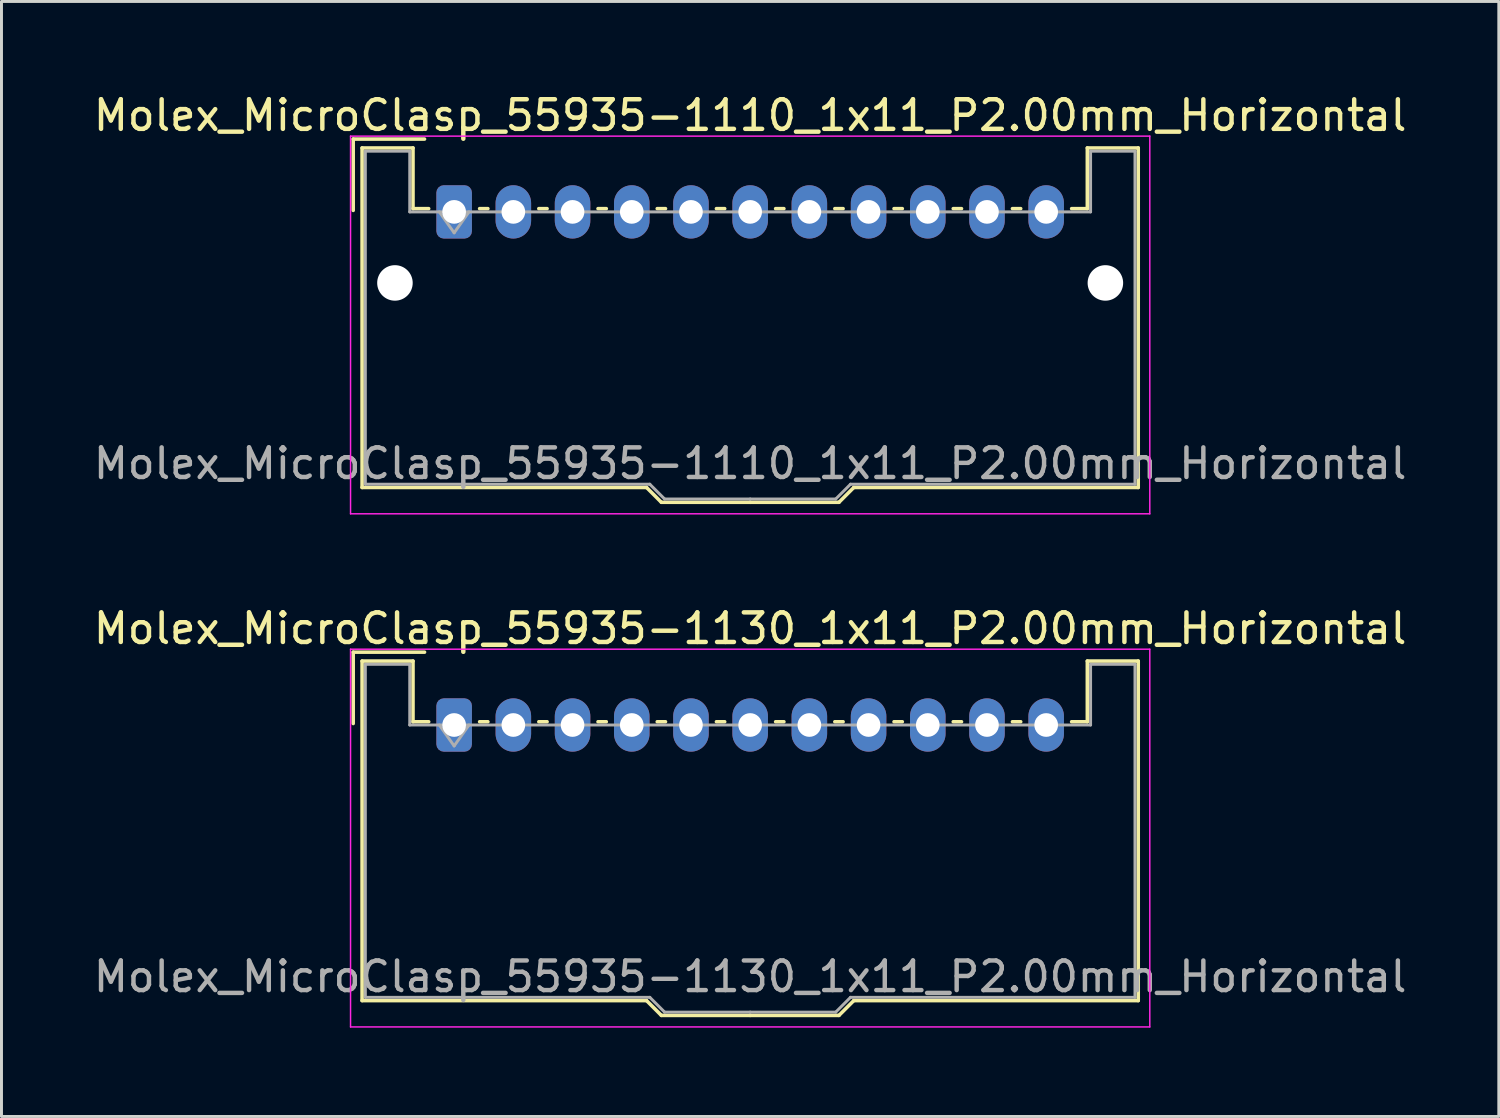
<source format=kicad_pcb>
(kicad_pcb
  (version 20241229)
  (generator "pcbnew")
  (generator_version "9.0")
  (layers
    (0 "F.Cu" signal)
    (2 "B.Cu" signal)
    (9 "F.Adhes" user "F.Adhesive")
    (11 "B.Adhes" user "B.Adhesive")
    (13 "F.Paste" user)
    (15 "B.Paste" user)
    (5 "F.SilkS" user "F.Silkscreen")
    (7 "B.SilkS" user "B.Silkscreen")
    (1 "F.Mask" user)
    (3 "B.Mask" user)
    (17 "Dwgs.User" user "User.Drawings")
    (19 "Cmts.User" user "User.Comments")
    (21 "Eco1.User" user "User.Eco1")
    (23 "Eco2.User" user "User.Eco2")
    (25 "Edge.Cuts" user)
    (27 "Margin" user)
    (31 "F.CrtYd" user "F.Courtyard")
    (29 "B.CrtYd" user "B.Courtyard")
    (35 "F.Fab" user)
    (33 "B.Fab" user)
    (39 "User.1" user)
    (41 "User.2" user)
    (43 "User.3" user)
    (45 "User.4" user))
  (footprint "Molex_MicroClasp_55935-1130_1x11_P2.00mm_Horizontal"
    (layer "F.Cu")
    (at 12.292 21.442)
    (property "Reference" "Molex_MicroClasp_55935-1130_1x11_P2.00mm_Horizontal" (at 10 -3.26 0) (layer "F.SilkS") (effects (font (size 1 1) (thickness 0.15))))
    (attr through_hole)
    (fp_line (start -3.41 -2.46) (end -1 -2.46) (stroke (width 0.12) (type solid)) (layer "F.SilkS"))
    (fp_line (start -3.41 -0.05) (end -3.41 -2.46) (stroke (width 0.12) (type solid)) (layer "F.SilkS"))
    (fp_line (start -3.11 -2.16) (end -1.39 -2.16) (stroke (width 0.12) (type solid)) (layer "F.SilkS"))
    (fp_line (start -3.11 9.31) (end -3.11 -2.16) (stroke (width 0.12) (type solid)) (layer "F.SilkS"))
    (fp_line (start -1.39 -2.16) (end -1.39 -0.11) (stroke (width 0.12) (type solid)) (layer "F.SilkS"))
    (fp_line (start -1.39 -0.11) (end -0.86 -0.11) (stroke (width 0.12) (type solid)) (layer "F.SilkS"))
    (fp_line (start 0.86 -0.11) (end 1.14 -0.11) (stroke (width 0.12) (type solid)) (layer "F.SilkS"))
    (fp_line (start 2.86 -0.11) (end 3.14 -0.11) (stroke (width 0.12) (type solid)) (layer "F.SilkS"))
    (fp_line (start 4.86 -0.11) (end 5.14 -0.11) (stroke (width 0.12) (type solid)) (layer "F.SilkS"))
    (fp_line (start 6.5 9.31) (end -3.11 9.31) (stroke (width 0.12) (type solid)) (layer "F.SilkS"))
    (fp_line (start 6.86 -0.11) (end 7.14 -0.11) (stroke (width 0.12) (type solid)) (layer "F.SilkS"))
    (fp_line (start 7 9.81) (end 6.5 9.31) (stroke (width 0.12) (type solid)) (layer "F.SilkS"))
    (fp_line (start 8.86 -0.11) (end 9.14 -0.11) (stroke (width 0.12) (type solid)) (layer "F.SilkS"))
    (fp_line (start 10 9.81) (end 7 9.81) (stroke (width 0.12) (type solid)) (layer "F.SilkS"))
    (fp_line (start 10 9.81) (end 13 9.81) (stroke (width 0.12) (type solid)) (layer "F.SilkS"))
    (fp_line (start 10.86 -0.11) (end 11.14 -0.11) (stroke (width 0.12) (type solid)) (layer "F.SilkS"))
    (fp_line (start 12.86 -0.11) (end 13.14 -0.11) (stroke (width 0.12) (type solid)) (layer "F.SilkS"))
    (fp_line (start 13 9.81) (end 13.5 9.31) (stroke (width 0.12) (type solid)) (layer "F.SilkS"))
    (fp_line (start 13.5 9.31) (end 23.11 9.31) (stroke (width 0.12) (type solid)) (layer "F.SilkS"))
    (fp_line (start 14.86 -0.11) (end 15.14 -0.11) (stroke (width 0.12) (type solid)) (layer "F.SilkS"))
    (fp_line (start 16.86 -0.11) (end 17.14 -0.11) (stroke (width 0.12) (type solid)) (layer "F.SilkS"))
    (fp_line (start 18.86 -0.11) (end 19.14 -0.11) (stroke (width 0.12) (type solid)) (layer "F.SilkS"))
    (fp_line (start 21.39 -2.16) (end 21.39 -0.11) (stroke (width 0.12) (type solid)) (layer "F.SilkS"))
    (fp_line (start 21.39 -0.11) (end 20.86 -0.11) (stroke (width 0.12) (type solid)) (layer "F.SilkS"))
    (fp_line (start 23.11 -2.16) (end 21.39 -2.16) (stroke (width 0.12) (type solid)) (layer "F.SilkS"))
    (fp_line (start 23.11 9.31) (end 23.11 -2.16) (stroke (width 0.12) (type solid)) (layer "F.SilkS"))
    (fp_line (start -3.5 -2.56) (end -3.5 10.2) (stroke (width 0.05) (type solid)) (layer "F.CrtYd"))
    (fp_line (start -3.5 10.2) (end 23.5 10.2) (stroke (width 0.05) (type solid)) (layer "F.CrtYd"))
    (fp_line (start 23.5 -2.56) (end -3.5 -2.56) (stroke (width 0.05) (type solid)) (layer "F.CrtYd"))
    (fp_line (start 23.5 10.2) (end 23.5 -2.56) (stroke (width 0.05) (type solid)) (layer "F.CrtYd"))
    (fp_line (start -3 -2.05) (end -1.5 -2.05) (stroke (width 0.1) (type solid)) (layer "F.Fab"))
    (fp_line (start -3 9.2) (end -3 -2.05) (stroke (width 0.1) (type solid)) (layer "F.Fab"))
    (fp_line (start -1.5 -2.05) (end -1.5 0) (stroke (width 0.1) (type solid)) (layer "F.Fab"))
    (fp_line (start -1.5 0) (end 10 0) (stroke (width 0.1) (type solid)) (layer "F.Fab"))
    (fp_line (start -0.5 0) (end 0 0.707) (stroke (width 0.1) (type solid)) (layer "F.Fab"))
    (fp_line (start 0 0.707) (end 0.5 0) (stroke (width 0.1) (type solid)) (layer "F.Fab"))
    (fp_line (start 6.61 9.2) (end -3 9.2) (stroke (width 0.1) (type solid)) (layer "F.Fab"))
    (fp_line (start 7.11 9.7) (end 6.61 9.2) (stroke (width 0.1) (type solid)) (layer "F.Fab"))
    (fp_line (start 10 9.7) (end 7.11 9.7) (stroke (width 0.1) (type solid)) (layer "F.Fab"))
    (fp_line (start 10 9.7) (end 12.89 9.7) (stroke (width 0.1) (type solid)) (layer "F.Fab"))
    (fp_line (start 12.89 9.7) (end 13.39 9.2) (stroke (width 0.1) (type solid)) (layer "F.Fab"))
    (fp_line (start 13.39 9.2) (end 23 9.2) (stroke (width 0.1) (type solid)) (layer "F.Fab"))
    (fp_line (start 21.5 -2.05) (end 21.5 0) (stroke (width 0.1) (type solid)) (layer "F.Fab"))
    (fp_line (start 21.5 0) (end 10 0) (stroke (width 0.1) (type solid)) (layer "F.Fab"))
    (fp_line (start 23 -2.05) (end 21.5 -2.05) (stroke (width 0.1) (type solid)) (layer "F.Fab"))
    (fp_line (start 23 9.2) (end 23 -2.05) (stroke (width 0.1) (type solid)) (layer "F.Fab"))
    (fp_text user "${REFERENCE}" (at 10 8.5 0) (layer "F.Fab") (effects (font (size 1 1) (thickness 0.15))))
    (pad "1" thru_hole roundrect (at 0 0) (size 1.2 1.8) (drill 0.8) (layers "*.Cu" "*.Mask") (roundrect_rratio 0.208))
    (pad "2" thru_hole oval (at 2 0) (size 1.2 1.8) (drill 0.8) (layers "*.Cu" "*.Mask"))
    (pad "3" thru_hole oval (at 4 0) (size 1.2 1.8) (drill 0.8) (layers "*.Cu" "*.Mask"))
    (pad "4" thru_hole oval (at 6 0) (size 1.2 1.8) (drill 0.8) (layers "*.Cu" "*.Mask"))
    (pad "5" thru_hole oval (at 8 0) (size 1.2 1.8) (drill 0.8) (layers "*.Cu" "*.Mask"))
    (pad "6" thru_hole oval (at 10 0) (size 1.2 1.8) (drill 0.8) (layers "*.Cu" "*.Mask"))
    (pad "7" thru_hole oval (at 12 0) (size 1.2 1.8) (drill 0.8) (layers "*.Cu" "*.Mask"))
    (pad "8" thru_hole oval (at 14 0) (size 1.2 1.8) (drill 0.8) (layers "*.Cu" "*.Mask"))
    (pad "9" thru_hole oval (at 16 0) (size 1.2 1.8) (drill 0.8) (layers "*.Cu" "*.Mask"))
    (pad "10" thru_hole oval (at 18 0) (size 1.2 1.8) (drill 0.8) (layers "*.Cu" "*.Mask"))
    (pad "11" thru_hole oval (at 20 0) (size 1.2 1.8) (drill 0.8) (layers "*.Cu" "*.Mask")))
  (footprint "Molex_MicroClasp_55935-1110_1x11_P2.00mm_Horizontal"
    (layer "F.Cu")
    (at 12.292 4.108)
    (property "Reference" "Molex_MicroClasp_55935-1110_1x11_P2.00mm_Horizontal" (at 10 -3.26 0) (layer "F.SilkS") (effects (font (size 1 1) (thickness 0.15))))
    (attr through_hole)
    (fp_line (start -3.41 -2.46) (end -1 -2.46) (stroke (width 0.12) (type solid)) (layer "F.SilkS"))
    (fp_line (start -3.41 -0.05) (end -3.41 -2.46) (stroke (width 0.12) (type solid)) (layer "F.SilkS"))
    (fp_line (start -3.11 -2.16) (end -1.39 -2.16) (stroke (width 0.12) (type solid)) (layer "F.SilkS"))
    (fp_line (start -3.11 9.31) (end -3.11 -2.16) (stroke (width 0.12) (type solid)) (layer "F.SilkS"))
    (fp_line (start -1.39 -2.16) (end -1.39 -0.11) (stroke (width 0.12) (type solid)) (layer "F.SilkS"))
    (fp_line (start -1.39 -0.11) (end -0.86 -0.11) (stroke (width 0.12) (type solid)) (layer "F.SilkS"))
    (fp_line (start 0.86 -0.11) (end 1.14 -0.11) (stroke (width 0.12) (type solid)) (layer "F.SilkS"))
    (fp_line (start 2.86 -0.11) (end 3.14 -0.11) (stroke (width 0.12) (type solid)) (layer "F.SilkS"))
    (fp_line (start 4.86 -0.11) (end 5.14 -0.11) (stroke (width 0.12) (type solid)) (layer "F.SilkS"))
    (fp_line (start 6.5 9.31) (end -3.11 9.31) (stroke (width 0.12) (type solid)) (layer "F.SilkS"))
    (fp_line (start 6.86 -0.11) (end 7.14 -0.11) (stroke (width 0.12) (type solid)) (layer "F.SilkS"))
    (fp_line (start 7 9.81) (end 6.5 9.31) (stroke (width 0.12) (type solid)) (layer "F.SilkS"))
    (fp_line (start 8.86 -0.11) (end 9.14 -0.11) (stroke (width 0.12) (type solid)) (layer "F.SilkS"))
    (fp_line (start 10 9.81) (end 7 9.81) (stroke (width 0.12) (type solid)) (layer "F.SilkS"))
    (fp_line (start 10 9.81) (end 13 9.81) (stroke (width 0.12) (type solid)) (layer "F.SilkS"))
    (fp_line (start 10.86 -0.11) (end 11.14 -0.11) (stroke (width 0.12) (type solid)) (layer "F.SilkS"))
    (fp_line (start 12.86 -0.11) (end 13.14 -0.11) (stroke (width 0.12) (type solid)) (layer "F.SilkS"))
    (fp_line (start 13 9.81) (end 13.5 9.31) (stroke (width 0.12) (type solid)) (layer "F.SilkS"))
    (fp_line (start 13.5 9.31) (end 23.11 9.31) (stroke (width 0.12) (type solid)) (layer "F.SilkS"))
    (fp_line (start 14.86 -0.11) (end 15.14 -0.11) (stroke (width 0.12) (type solid)) (layer "F.SilkS"))
    (fp_line (start 16.86 -0.11) (end 17.14 -0.11) (stroke (width 0.12) (type solid)) (layer "F.SilkS"))
    (fp_line (start 18.86 -0.11) (end 19.14 -0.11) (stroke (width 0.12) (type solid)) (layer "F.SilkS"))
    (fp_line (start 21.39 -2.16) (end 21.39 -0.11) (stroke (width 0.12) (type solid)) (layer "F.SilkS"))
    (fp_line (start 21.39 -0.11) (end 20.86 -0.11) (stroke (width 0.12) (type solid)) (layer "F.SilkS"))
    (fp_line (start 23.11 -2.16) (end 21.39 -2.16) (stroke (width 0.12) (type solid)) (layer "F.SilkS"))
    (fp_line (start 23.11 9.31) (end 23.11 -2.16) (stroke (width 0.12) (type solid)) (layer "F.SilkS"))
    (fp_line (start -3.5 -2.56) (end -3.5 10.2) (stroke (width 0.05) (type solid)) (layer "F.CrtYd"))
    (fp_line (start -3.5 10.2) (end 23.5 10.2) (stroke (width 0.05) (type solid)) (layer "F.CrtYd"))
    (fp_line (start 23.5 -2.56) (end -3.5 -2.56) (stroke (width 0.05) (type solid)) (layer "F.CrtYd"))
    (fp_line (start 23.5 10.2) (end 23.5 -2.56) (stroke (width 0.05) (type solid)) (layer "F.CrtYd"))
    (fp_line (start -3 -2.05) (end -1.5 -2.05) (stroke (width 0.1) (type solid)) (layer "F.Fab"))
    (fp_line (start -3 9.2) (end -3 -2.05) (stroke (width 0.1) (type solid)) (layer "F.Fab"))
    (fp_line (start -1.5 -2.05) (end -1.5 0) (stroke (width 0.1) (type solid)) (layer "F.Fab"))
    (fp_line (start -1.5 0) (end 10 0) (stroke (width 0.1) (type solid)) (layer "F.Fab"))
    (fp_line (start -0.5 0) (end 0 0.707) (stroke (width 0.1) (type solid)) (layer "F.Fab"))
    (fp_line (start 0 0.707) (end 0.5 0) (stroke (width 0.1) (type solid)) (layer "F.Fab"))
    (fp_line (start 6.61 9.2) (end -3 9.2) (stroke (width 0.1) (type solid)) (layer "F.Fab"))
    (fp_line (start 7.11 9.7) (end 6.61 9.2) (stroke (width 0.1) (type solid)) (layer "F.Fab"))
    (fp_line (start 10 9.7) (end 7.11 9.7) (stroke (width 0.1) (type solid)) (layer "F.Fab"))
    (fp_line (start 10 9.7) (end 12.89 9.7) (stroke (width 0.1) (type solid)) (layer "F.Fab"))
    (fp_line (start 12.89 9.7) (end 13.39 9.2) (stroke (width 0.1) (type solid)) (layer "F.Fab"))
    (fp_line (start 13.39 9.2) (end 23 9.2) (stroke (width 0.1) (type solid)) (layer "F.Fab"))
    (fp_line (start 21.5 -2.05) (end 21.5 0) (stroke (width 0.1) (type solid)) (layer "F.Fab"))
    (fp_line (start 21.5 0) (end 10 0) (stroke (width 0.1) (type solid)) (layer "F.Fab"))
    (fp_line (start 23 -2.05) (end 21.5 -2.05) (stroke (width 0.1) (type solid)) (layer "F.Fab"))
    (fp_line (start 23 9.2) (end 23 -2.05) (stroke (width 0.1) (type solid)) (layer "F.Fab"))
    (fp_text user "${REFERENCE}" (at 10 8.5 0) (layer "F.Fab") (effects (font (size 1 1) (thickness 0.15))))
    (pad "" np_thru_hole circle (at -2 2.4) (size 1.2 1.2) (drill 1.2) (layers "*.Cu" "*.Mask"))
    (pad "" np_thru_hole circle (at 22 2.4) (size 1.2 1.2) (drill 1.2) (layers "*.Cu" "*.Mask"))
    (pad "1" thru_hole roundrect (at 0 0) (size 1.2 1.8) (drill 0.8) (layers "*.Cu" "*.Mask") (roundrect_rratio 0.208))
    (pad "2" thru_hole oval (at 2 0) (size 1.2 1.8) (drill 0.8) (layers "*.Cu" "*.Mask"))
    (pad "3" thru_hole oval (at 4 0) (size 1.2 1.8) (drill 0.8) (layers "*.Cu" "*.Mask"))
    (pad "4" thru_hole oval (at 6 0) (size 1.2 1.8) (drill 0.8) (layers "*.Cu" "*.Mask"))
    (pad "5" thru_hole oval (at 8 0) (size 1.2 1.8) (drill 0.8) (layers "*.Cu" "*.Mask"))
    (pad "6" thru_hole oval (at 10 0) (size 1.2 1.8) (drill 0.8) (layers "*.Cu" "*.Mask"))
    (pad "7" thru_hole oval (at 12 0) (size 1.2 1.8) (drill 0.8) (layers "*.Cu" "*.Mask"))
    (pad "8" thru_hole oval (at 14 0) (size 1.2 1.8) (drill 0.8) (layers "*.Cu" "*.Mask"))
    (pad "9" thru_hole oval (at 16 0) (size 1.2 1.8) (drill 0.8) (layers "*.Cu" "*.Mask"))
    (pad "10" thru_hole oval (at 18 0) (size 1.2 1.8) (drill 0.8) (layers "*.Cu" "*.Mask"))
    (pad "11" thru_hole oval (at 20 0) (size 1.2 1.8) (drill 0.8) (layers "*.Cu" "*.Mask")))
  (gr_rect
    (start -3 -3)
    (end 47.583 34.666)
    (stroke (width 0.1) (type default))
    (fill no)
    (layer "Edge.Cuts")))
</source>
